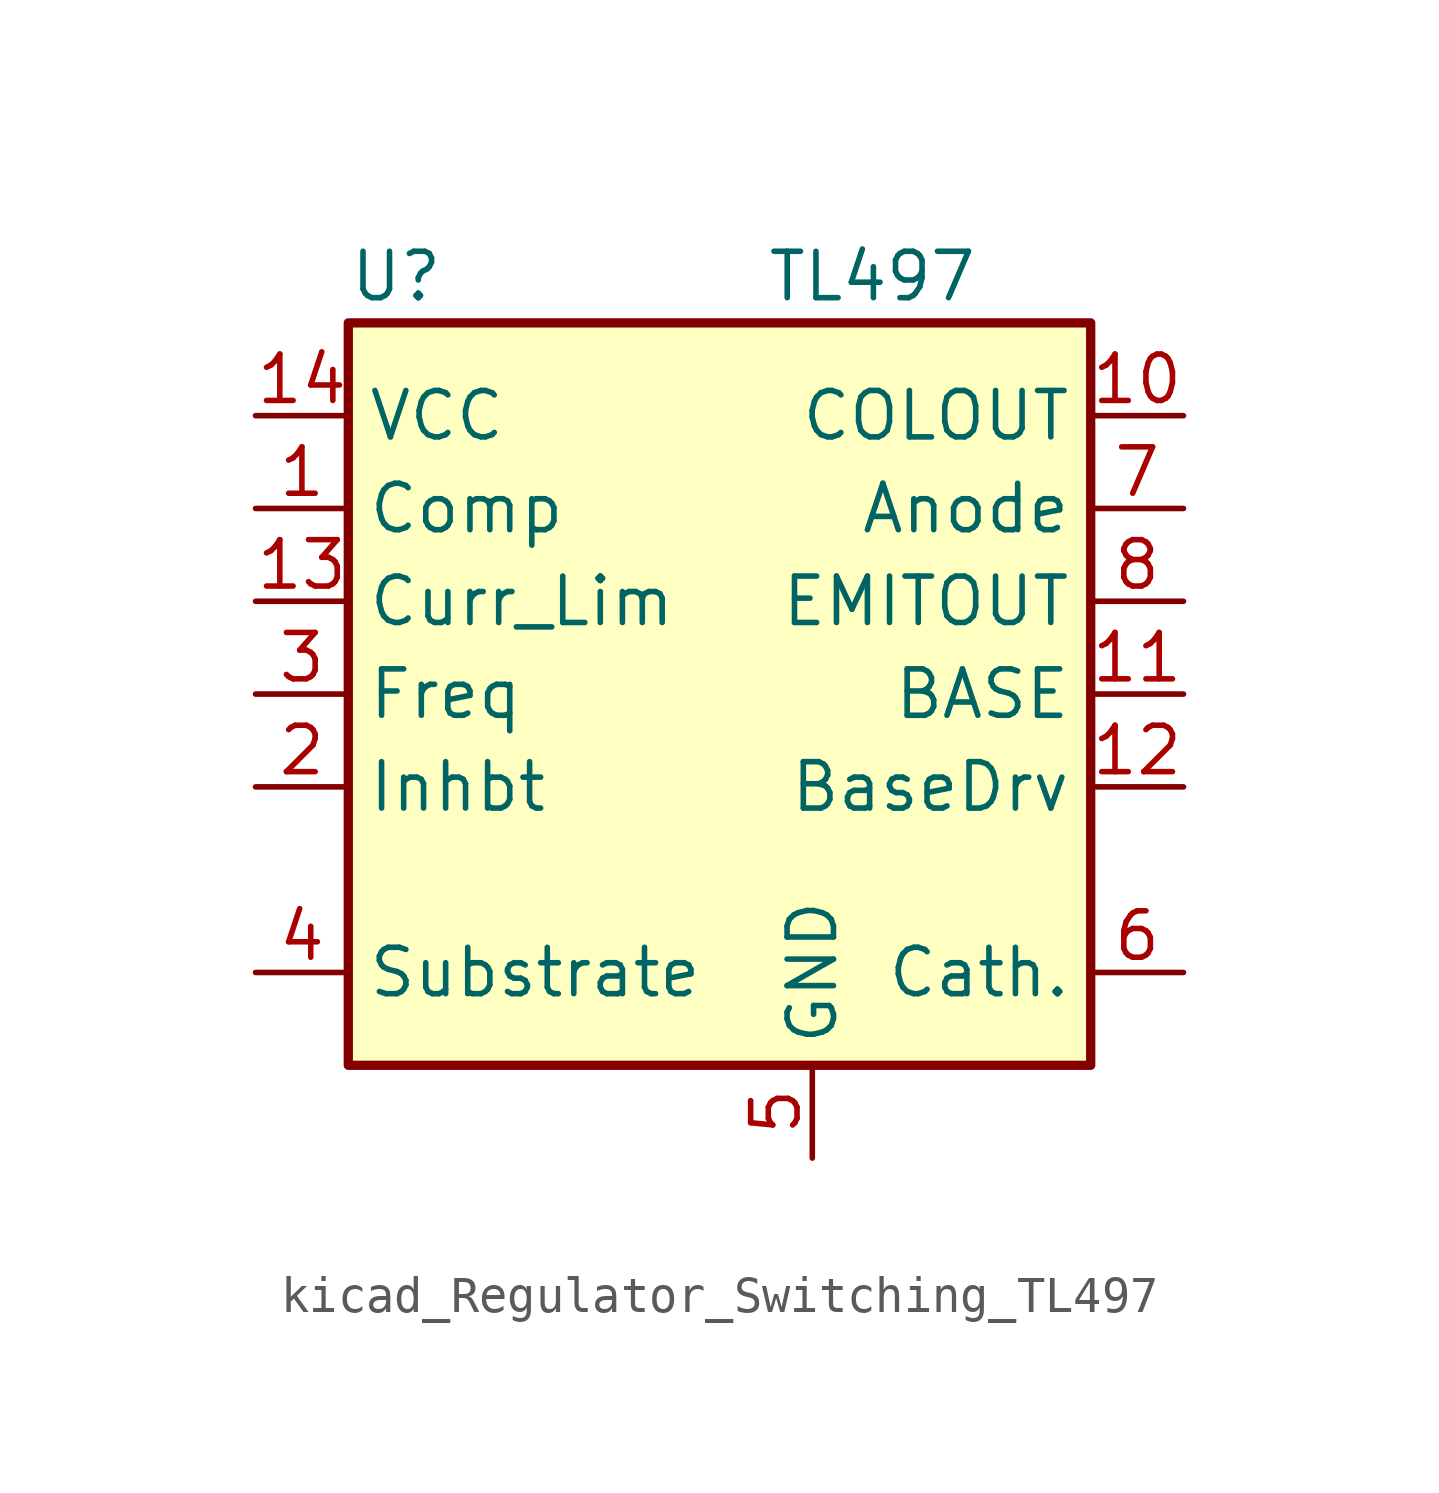
<source format=kicad_sym>
(kicad_symbol_lib
  (version 20220914)
  (generator kicad_symbol_editor)
  (symbol "kicad_Regulator_Switching_TL497"
    (property "Reference" "U"
      (at -10.16 11.43 0)
      (effects (font (size 1.27 1.27)) (justify left)))
    (property "Value" "TL497"
      (at 1.27 11.43 0)
      (effects (font (size 1.27 1.27)) (justify left)))
    (symbol "kicad_Regulator_Switching_TL497_0_1"
      (rectangle (start -10.16 10.16) (end 10.16 -10.16) (stroke (width 0.254) (type default)) (fill (type background))))
    (symbol "kicad_Regulator_Switching_TL497_1_1"
      (pin input line (at -12.7 5.08 0) (length 2.54) (name "Comp" (effects (font (size 1.27 1.27)))) (number "1" (effects (font (size 1.27 1.27)))))
      (pin open_collector line (at 12.7 7.62 180) (length 2.54) (name "COLOUT" (effects (font (size 1.27 1.27)))) (number "10" (effects (font (size 1.27 1.27)))))
      (pin passive line (at 12.7 0 180) (length 2.54) (name "BASE" (effects (font (size 1.27 1.27)))) (number "11" (effects (font (size 1.27 1.27)))))
      (pin passive line (at 12.7 -2.54 180) (length 2.54) (name "BaseDrv" (effects (font (size 1.27 1.27)))) (number "12" (effects (font (size 1.27 1.27)))))
      (pin input line (at -12.7 2.54 0) (length 2.54) (name "Curr_Lim" (effects (font (size 1.27 1.27)))) (number "13" (effects (font (size 1.27 1.27)))))
      (pin power_in line (at -12.7 7.62 0) (length 2.54) (name "VCC" (effects (font (size 1.27 1.27)))) (number "14" (effects (font (size 1.27 1.27)))))
      (pin input line (at -12.7 -2.54 0) (length 2.54) (name "Inhbt" (effects (font (size 1.27 1.27)))) (number "2" (effects (font (size 1.27 1.27)))))
      (pin input line (at -12.7 0 0) (length 2.54) (name "Freq" (effects (font (size 1.27 1.27)))) (number "3" (effects (font (size 1.27 1.27)))))
      (pin input line (at -12.7 -7.62 0) (length 2.54) (name "Substrate" (effects (font (size 1.27 1.27)))) (number "4" (effects (font (size 1.27 1.27)))))
      (pin power_in line (at 2.54 -12.7 90) (length 2.54) (name "GND" (effects (font (size 1.27 1.27)))) (number "5" (effects (font (size 1.27 1.27)))))
      (pin passive line (at 12.7 -7.62 180) (length 2.54) (name "Cath." (effects (font (size 1.27 1.27)))) (number "6" (effects (font (size 1.27 1.27)))))
      (pin passive line (at 12.7 5.08 180) (length 2.54) (name "Anode" (effects (font (size 1.27 1.27)))) (number "7" (effects (font (size 1.27 1.27)))))
      (pin open_emitter line (at 12.7 2.54 180) (length 2.54) (name "EMITOUT" (effects (font (size 1.27 1.27)))) (number "8" (effects (font (size 1.27 1.27)))))
      (pin no_connect line (at -10.16 -5.08 0) (length 2.54) hide (name "NC" (effects (font (size 1.27 1.27)))) (number "9" (effects (font (size 1.27 1.27))))))))
</source>
